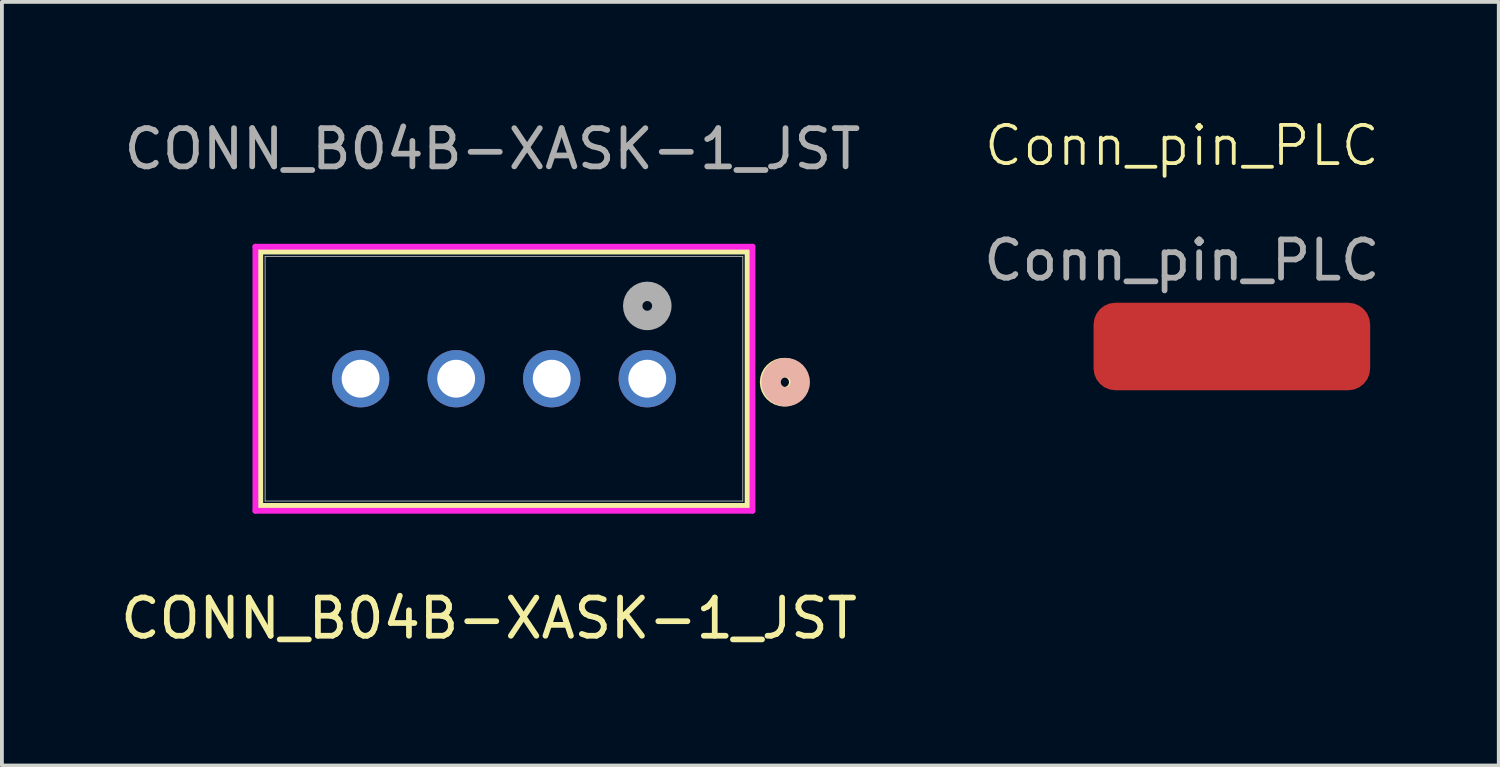
<source format=kicad_pcb>
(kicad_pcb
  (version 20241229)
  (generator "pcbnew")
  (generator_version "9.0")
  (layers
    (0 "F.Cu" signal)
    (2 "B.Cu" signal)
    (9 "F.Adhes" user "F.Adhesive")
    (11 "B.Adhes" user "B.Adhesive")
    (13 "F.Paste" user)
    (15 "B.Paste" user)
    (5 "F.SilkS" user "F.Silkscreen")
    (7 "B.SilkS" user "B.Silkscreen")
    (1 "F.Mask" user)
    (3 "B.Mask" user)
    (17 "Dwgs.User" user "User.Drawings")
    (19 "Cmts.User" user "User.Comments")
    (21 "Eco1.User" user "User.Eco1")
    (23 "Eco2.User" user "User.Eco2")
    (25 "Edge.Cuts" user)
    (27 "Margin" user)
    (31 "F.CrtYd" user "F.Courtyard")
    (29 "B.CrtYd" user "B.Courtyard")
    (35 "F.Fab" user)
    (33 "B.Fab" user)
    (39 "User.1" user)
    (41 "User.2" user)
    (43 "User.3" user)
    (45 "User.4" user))
  (footprint "CONN_B04B-XASK-1_JST"
    (layer "F.Cu")
    (at 13.884 6.858)
    (property "Reference" "CONN_B04B-XASK-1_JST" (at -4.14 6.27 0) (unlocked yes) (layer "F.SilkS") (effects (font (size 1 1) (thickness 0.15))))
    (attr through_hole)
    (fp_line (start -10.125 -3.327) (end -10.125 3.328) (stroke (width 0.152) (type solid)) (layer "F.SilkS"))
    (fp_line (start -10.125 3.328) (end 2.625 3.328) (stroke (width 0.152) (type solid)) (layer "F.SilkS"))
    (fp_line (start 2.625 -3.327) (end -10.125 -3.327) (stroke (width 0.152) (type solid)) (layer "F.SilkS"))
    (fp_line (start 2.625 3.328) (end 2.625 -3.327) (stroke (width 0.152) (type solid)) (layer "F.SilkS"))
    (fp_circle (center 3.58 0.09) (end 3.961 0.09) (stroke (width 0.508) (type solid)) (fill no) (layer "F.SilkS"))
    (fp_circle (center 3.62 0.09) (end 4.001 0.09) (stroke (width 0.508) (type solid)) (fill no) (layer "B.SilkS"))
    (fp_line (start -10.252 -3.454) (end -10.252 3.455) (stroke (width 0.152) (type solid)) (layer "F.CrtYd"))
    (fp_line (start -10.252 3.455) (end 2.752 3.455) (stroke (width 0.152) (type solid)) (layer "F.CrtYd"))
    (fp_line (start 2.752 -3.454) (end -10.252 -3.454) (stroke (width 0.152) (type solid)) (layer "F.CrtYd"))
    (fp_line (start 2.752 3.455) (end 2.752 -3.454) (stroke (width 0.152) (type solid)) (layer "F.CrtYd"))
    (fp_line (start -9.998 -3.2) (end -9.998 3.201) (stroke (width 0.025) (type solid)) (layer "F.Fab"))
    (fp_line (start -9.998 3.201) (end 2.498 3.201) (stroke (width 0.025) (type solid)) (layer "F.Fab"))
    (fp_line (start 2.498 -3.2) (end -9.998 -3.2) (stroke (width 0.025) (type solid)) (layer "F.Fab"))
    (fp_line (start 2.498 3.201) (end 2.498 -3.2) (stroke (width 0.025) (type solid)) (layer "F.Fab"))
    (fp_circle (center 0 -1.905) (end 0.381 -1.905) (stroke (width 0.508) (type solid)) (fill no) (layer "F.Fab"))
    (fp_text user "${REFERENCE}" (at -4.05 -6.01 0) (unlocked yes) (layer "F.Fab") (effects (font (size 1 1) (thickness 0.15))))
    (pad "1" thru_hole circle (at 0 0) (size 1.499 1.499) (drill 0.991) (layers "*.Cu" "*.Mask"))
    (pad "2" thru_hole circle (at -2.5 0) (size 1.499 1.499) (drill 0.991) (layers "*.Cu" "*.Mask"))
    (pad "3" thru_hole circle (at -5 0) (size 1.499 1.499) (drill 0.991) (layers "*.Cu" "*.Mask"))
    (pad "4" thru_hole circle (at -7.5 0) (size 1.499 1.499) (drill 0.991) (layers "*.Cu" "*.Mask")))
  (footprint "Conn_pin_PLC"
    (layer "F.Cu")
    (at 27.87 1.26)
    (property "Reference" "Conn_pin_PLC" (at 0 -0.5 0) (unlocked yes) (layer "F.SilkS") (effects (font (size 1 1) (thickness 0.1))))
    (attr smd)
    (fp_text user "${REFERENCE}" (at 0 2.5 0) (unlocked yes) (layer "F.Fab") (effects (font (size 1 1) (thickness 0.15))))
    (pad "1" smd roundrect (at 1.308 4.755) (size 7.237 2.29) (layers "F.Cu" "F.Mask" "F.Paste") (roundrect_rratio 0.25)))
  (gr_rect
    (start -3 -3)
    (end 36.161 16.977)
    (stroke (width 0.1) (type default))
    (fill no)
    (layer "Edge.Cuts")))
</source>
